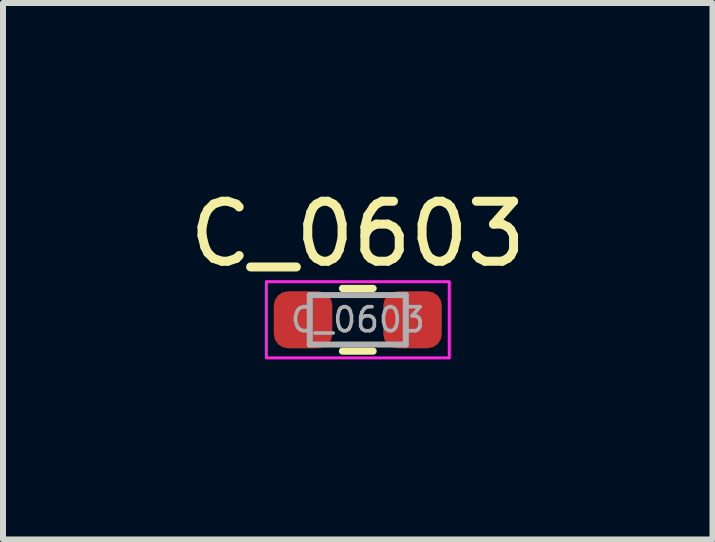
<source format=kicad_pcb>
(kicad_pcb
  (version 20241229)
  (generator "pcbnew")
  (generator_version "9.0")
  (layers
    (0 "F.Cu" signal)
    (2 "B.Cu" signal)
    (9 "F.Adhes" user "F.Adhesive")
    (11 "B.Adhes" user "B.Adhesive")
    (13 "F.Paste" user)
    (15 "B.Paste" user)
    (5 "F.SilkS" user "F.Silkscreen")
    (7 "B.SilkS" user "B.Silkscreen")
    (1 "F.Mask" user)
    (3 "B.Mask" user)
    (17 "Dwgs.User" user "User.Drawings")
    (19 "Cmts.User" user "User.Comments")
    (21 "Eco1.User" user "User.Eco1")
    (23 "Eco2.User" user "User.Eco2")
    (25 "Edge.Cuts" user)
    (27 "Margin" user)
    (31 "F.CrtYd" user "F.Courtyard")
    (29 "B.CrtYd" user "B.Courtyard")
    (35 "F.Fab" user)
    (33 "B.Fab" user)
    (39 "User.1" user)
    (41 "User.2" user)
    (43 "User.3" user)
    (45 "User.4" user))
  (footprint "C_0603"
    (layer "F.Cu")
    (at 2.911 2.278)
    (property "Reference" "C_0603" (at 0 -1.43 0) (layer "F.SilkS") (effects (font (size 1 1) (thickness 0.15))))
    (attr smd)
    (fp_line (start -0.255 -0.522) (end 0.255 -0.522) (stroke (width 0.12) (type solid)) (layer "F.SilkS"))
    (fp_line (start -0.255 0.522) (end 0.255 0.522) (stroke (width 0.12) (type solid)) (layer "F.SilkS"))
    (fp_rect (start -1.524 -0.635) (end 1.524 0.635) (stroke (width 0.05) (type default)) (fill no) (layer "F.CrtYd"))
    (fp_line (start -0.8 -0.412) (end 0.8 -0.412) (stroke (width 0.1) (type solid)) (layer "F.Fab"))
    (fp_line (start -0.8 0.412) (end -0.8 -0.412) (stroke (width 0.1) (type solid)) (layer "F.Fab"))
    (fp_line (start 0.8 -0.412) (end 0.8 0.412) (stroke (width 0.1) (type solid)) (layer "F.Fab"))
    (fp_line (start 0.8 0.412) (end -0.8 0.412) (stroke (width 0.1) (type solid)) (layer "F.Fab"))
    (fp_text user "${REFERENCE}" (at 0 0 0) (layer "F.Fab") (effects (font (size 0.4 0.4) (thickness 0.06))))
    (pad "1" smd roundrect (at -0.912 0) (size 0.975 0.95) (layers "F.Cu" "F.Mask" "F.Paste") (roundrect_rratio 0.25))
    (pad "2" smd roundrect (at 0.912 0) (size 0.975 0.95) (layers "F.Cu" "F.Mask" "F.Paste") (roundrect_rratio 0.25)))
  (gr_rect
    (start -3 -3)
    (end 8.821 5.938)
    (stroke (width 0.1) (type default))
    (fill no)
    (layer "Edge.Cuts")))
</source>
